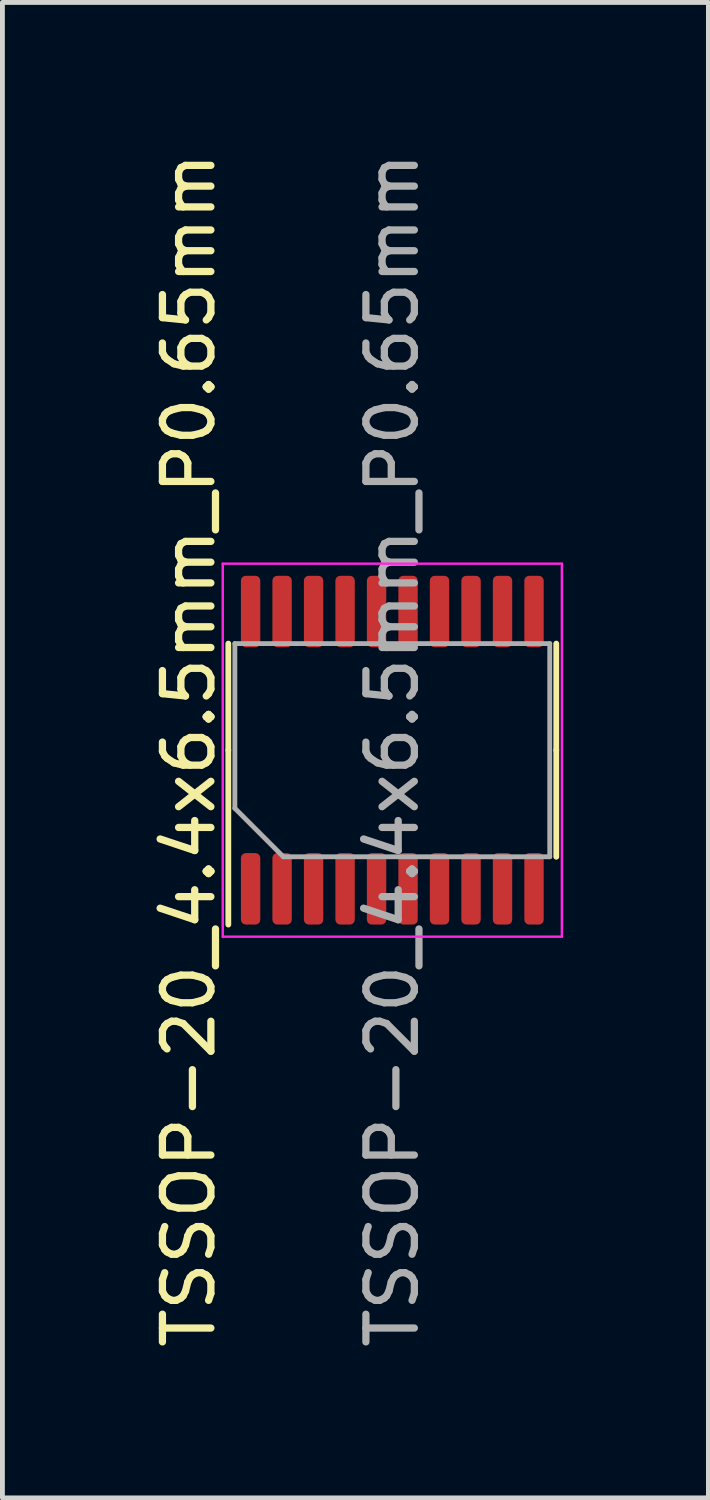
<source format=kicad_pcb>
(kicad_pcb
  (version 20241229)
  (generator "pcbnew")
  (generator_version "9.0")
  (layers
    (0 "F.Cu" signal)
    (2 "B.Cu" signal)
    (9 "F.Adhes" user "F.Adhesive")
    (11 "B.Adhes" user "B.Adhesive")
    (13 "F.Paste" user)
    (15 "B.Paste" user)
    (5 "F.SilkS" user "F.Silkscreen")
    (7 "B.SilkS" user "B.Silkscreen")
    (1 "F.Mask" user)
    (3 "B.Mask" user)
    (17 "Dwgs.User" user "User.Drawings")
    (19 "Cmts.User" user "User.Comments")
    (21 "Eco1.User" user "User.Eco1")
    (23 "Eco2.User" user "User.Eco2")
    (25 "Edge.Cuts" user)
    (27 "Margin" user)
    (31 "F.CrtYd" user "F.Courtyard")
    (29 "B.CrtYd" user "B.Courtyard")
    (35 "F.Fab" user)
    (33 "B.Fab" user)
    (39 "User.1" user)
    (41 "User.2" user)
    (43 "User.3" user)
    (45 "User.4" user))
  (footprint "TSSOP-20_4.4x6.5mm_P0.65mm"
    (layer "F.Cu")
    (at 5.048 12.435)
    (property "Reference" "TSSOP-20_4.4x6.5mm_P0.65mm" (at -4.2 0 90) (layer "F.SilkS") (effects (font (size 1 1) (thickness 0.15))))
    (attr smd)
    (fp_line (start -3.385 0) (end -3.385 -2.2) (stroke (width 0.12) (type solid)) (layer "F.SilkS"))
    (fp_line (start -3.385 0) (end -3.385 3.6) (stroke (width 0.12) (type solid)) (layer "F.SilkS"))
    (fp_line (start 3.385 0) (end 3.385 -2.2) (stroke (width 0.12) (type solid)) (layer "F.SilkS"))
    (fp_line (start 3.385 0) (end 3.385 2.2) (stroke (width 0.12) (type solid)) (layer "F.SilkS"))
    (fp_line (start -3.5 -3.85) (end -3.5 3.85) (stroke (width 0.05) (type solid)) (layer "F.CrtYd"))
    (fp_line (start -3.5 3.85) (end 3.5 3.85) (stroke (width 0.05) (type solid)) (layer "F.CrtYd"))
    (fp_line (start 3.5 -3.85) (end -3.5 -3.85) (stroke (width 0.05) (type solid)) (layer "F.CrtYd"))
    (fp_line (start 3.5 3.85) (end 3.5 -3.85) (stroke (width 0.05) (type solid)) (layer "F.CrtYd"))
    (fp_line (start -3.25 -2.2) (end 3.25 -2.2) (stroke (width 0.1) (type solid)) (layer "F.Fab"))
    (fp_line (start -3.25 1.2) (end -3.25 -2.2) (stroke (width 0.1) (type solid)) (layer "F.Fab"))
    (fp_line (start -2.25 2.2) (end -3.25 1.2) (stroke (width 0.1) (type solid)) (layer "F.Fab"))
    (fp_line (start 3.25 -2.2) (end 3.25 2.2) (stroke (width 0.1) (type solid)) (layer "F.Fab"))
    (fp_line (start 3.25 2.2) (end -2.25 2.2) (stroke (width 0.1) (type solid)) (layer "F.Fab"))
    (fp_text user "${REFERENCE}" (at 0 0 90) (layer "F.Fab") (effects (font (size 1 1) (thickness 0.15))))
    (pad "1" smd roundrect (at -2.925 2.862 90) (size 1.475 0.4) (layers "F.Cu" "F.Mask" "F.Paste") (roundrect_rratio 0.25))
    (pad "2" smd roundrect (at -2.275 2.862 90) (size 1.475 0.4) (layers "F.Cu" "F.Mask" "F.Paste") (roundrect_rratio 0.25))
    (pad "3" smd roundrect (at -1.625 2.862 90) (size 1.475 0.4) (layers "F.Cu" "F.Mask" "F.Paste") (roundrect_rratio 0.25))
    (pad "4" smd roundrect (at -0.975 2.862 90) (size 1.475 0.4) (layers "F.Cu" "F.Mask" "F.Paste") (roundrect_rratio 0.25))
    (pad "5" smd roundrect (at -0.325 2.862 90) (size 1.475 0.4) (layers "F.Cu" "F.Mask" "F.Paste") (roundrect_rratio 0.25))
    (pad "6" smd roundrect (at 0.325 2.862 90) (size 1.475 0.4) (layers "F.Cu" "F.Mask" "F.Paste") (roundrect_rratio 0.25))
    (pad "7" smd roundrect (at 0.975 2.862 90) (size 1.475 0.4) (layers "F.Cu" "F.Mask" "F.Paste") (roundrect_rratio 0.25))
    (pad "8" smd roundrect (at 1.625 2.862 90) (size 1.475 0.4) (layers "F.Cu" "F.Mask" "F.Paste") (roundrect_rratio 0.25))
    (pad "9" smd roundrect (at 2.275 2.862 90) (size 1.475 0.4) (layers "F.Cu" "F.Mask" "F.Paste") (roundrect_rratio 0.25))
    (pad "10" smd roundrect (at 2.925 2.862 90) (size 1.475 0.4) (layers "F.Cu" "F.Mask" "F.Paste") (roundrect_rratio 0.25))
    (pad "11" smd roundrect (at 2.925 -2.862 90) (size 1.475 0.4) (layers "F.Cu" "F.Mask" "F.Paste") (roundrect_rratio 0.25))
    (pad "12" smd roundrect (at 2.275 -2.862 90) (size 1.475 0.4) (layers "F.Cu" "F.Mask" "F.Paste") (roundrect_rratio 0.25))
    (pad "13" smd roundrect (at 1.625 -2.862 90) (size 1.475 0.4) (layers "F.Cu" "F.Mask" "F.Paste") (roundrect_rratio 0.25))
    (pad "14" smd roundrect (at 0.975 -2.862 90) (size 1.475 0.4) (layers "F.Cu" "F.Mask" "F.Paste") (roundrect_rratio 0.25))
    (pad "15" smd roundrect (at 0.325 -2.862 90) (size 1.475 0.4) (layers "F.Cu" "F.Mask" "F.Paste") (roundrect_rratio 0.25))
    (pad "16" smd roundrect (at -0.325 -2.862 90) (size 1.475 0.4) (layers "F.Cu" "F.Mask" "F.Paste") (roundrect_rratio 0.25))
    (pad "17" smd roundrect (at -0.975 -2.862 90) (size 1.475 0.4) (layers "F.Cu" "F.Mask" "F.Paste") (roundrect_rratio 0.25))
    (pad "18" smd roundrect (at -1.625 -2.862 90) (size 1.475 0.4) (layers "F.Cu" "F.Mask" "F.Paste") (roundrect_rratio 0.25))
    (pad "19" smd roundrect (at -2.275 -2.862 90) (size 1.475 0.4) (layers "F.Cu" "F.Mask" "F.Paste") (roundrect_rratio 0.25))
    (pad "20" smd roundrect (at -2.925 -2.862 90) (size 1.475 0.4) (layers "F.Cu" "F.Mask" "F.Paste") (roundrect_rratio 0.25)))
  (gr_rect
    (start -3 -3)
    (end 11.573 27.869)
    (stroke (width 0.1) (type default))
    (fill no)
    (layer "Edge.Cuts")))
</source>
